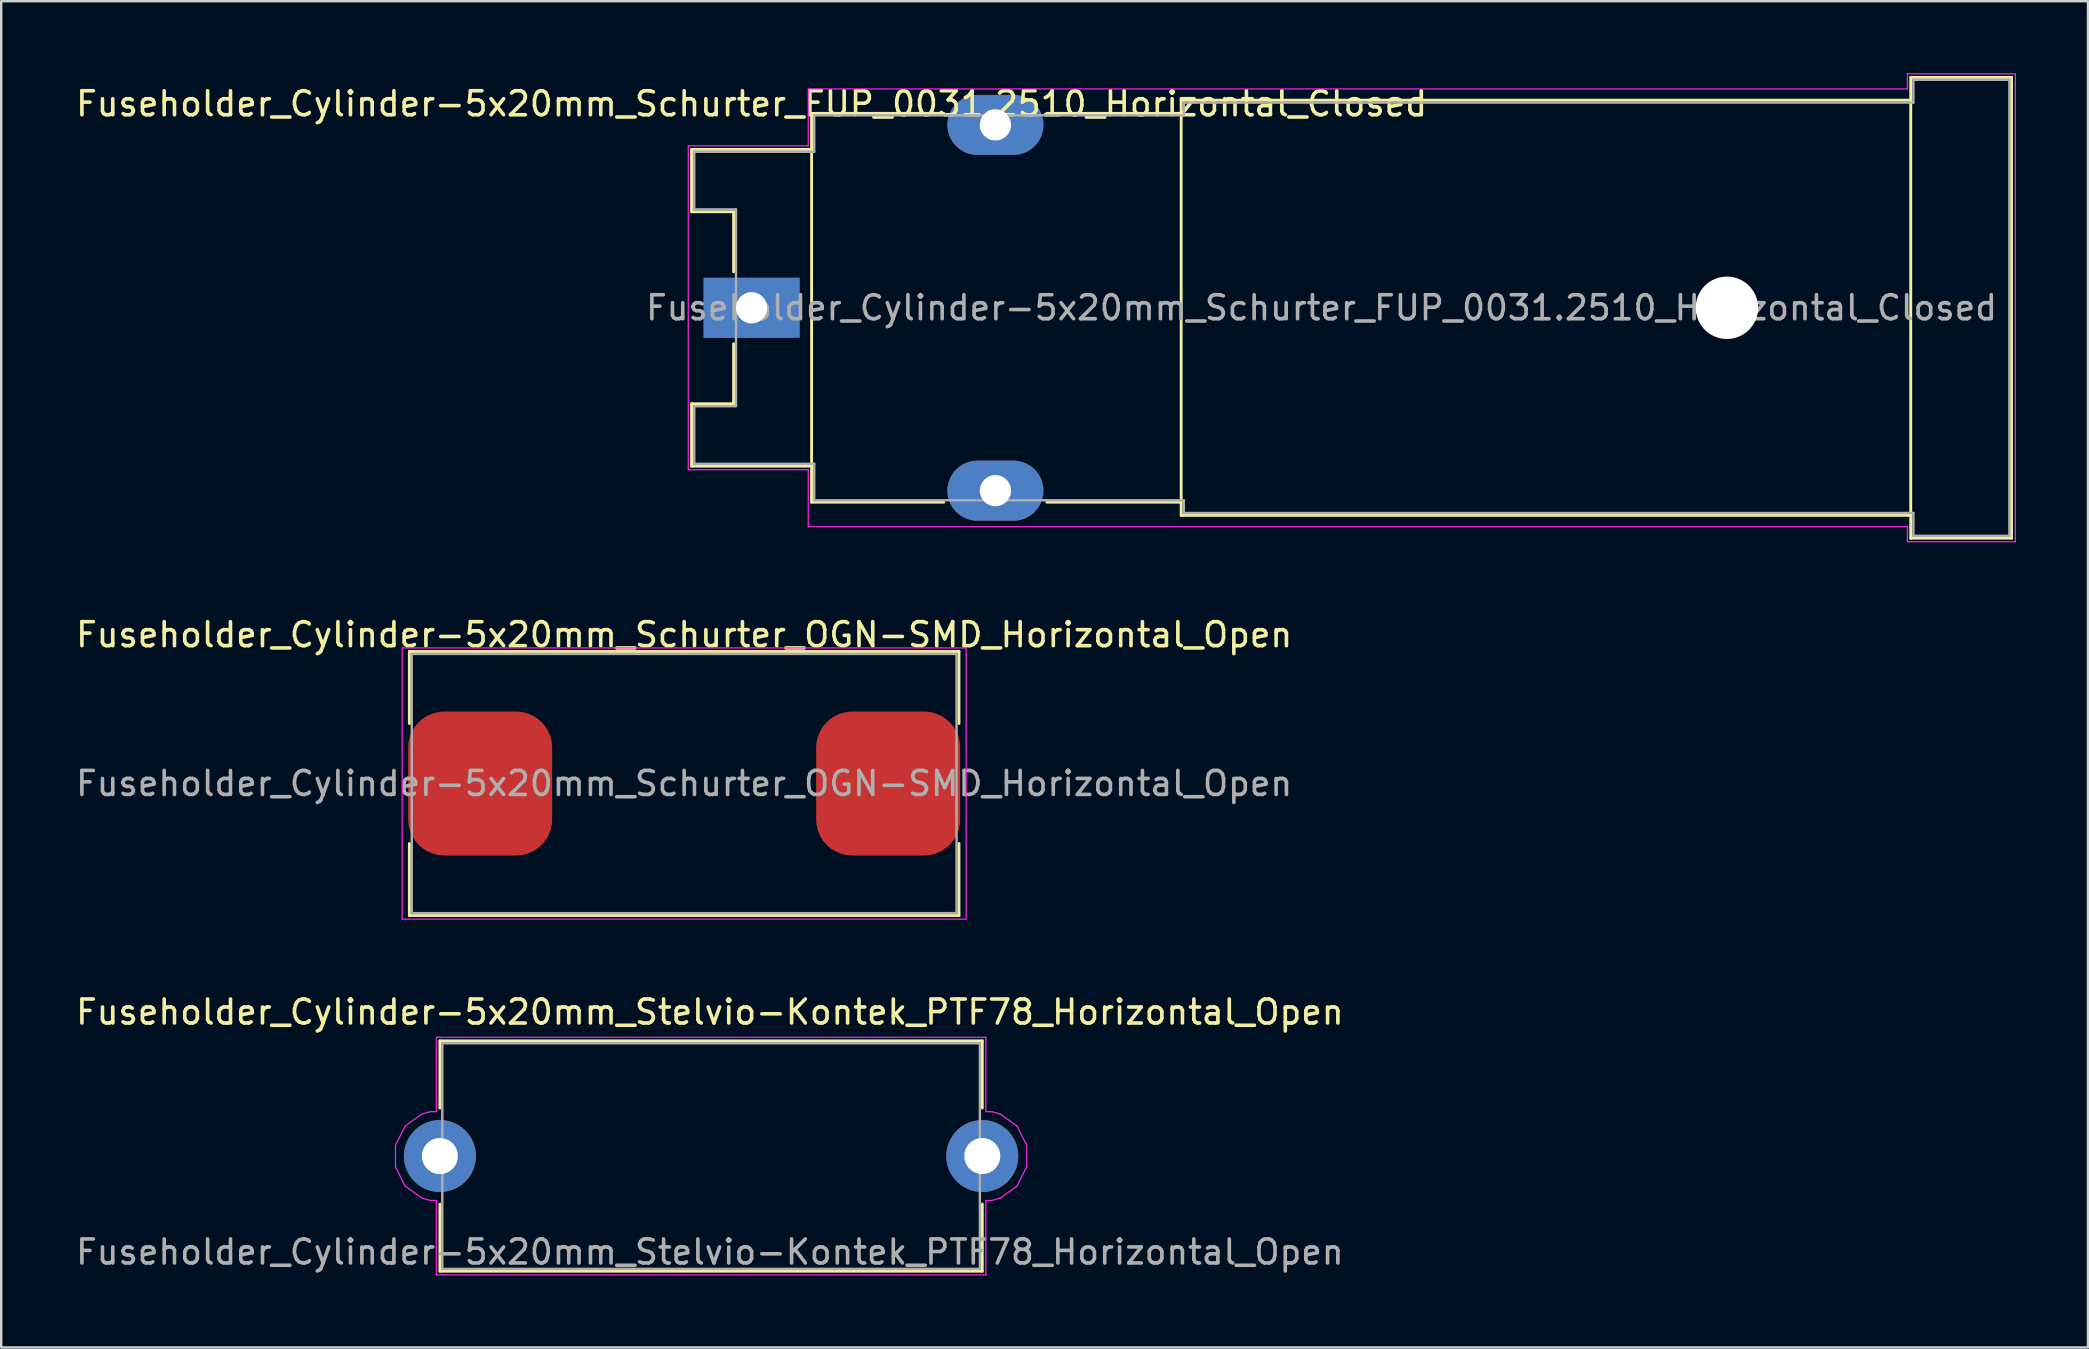
<source format=kicad_pcb>
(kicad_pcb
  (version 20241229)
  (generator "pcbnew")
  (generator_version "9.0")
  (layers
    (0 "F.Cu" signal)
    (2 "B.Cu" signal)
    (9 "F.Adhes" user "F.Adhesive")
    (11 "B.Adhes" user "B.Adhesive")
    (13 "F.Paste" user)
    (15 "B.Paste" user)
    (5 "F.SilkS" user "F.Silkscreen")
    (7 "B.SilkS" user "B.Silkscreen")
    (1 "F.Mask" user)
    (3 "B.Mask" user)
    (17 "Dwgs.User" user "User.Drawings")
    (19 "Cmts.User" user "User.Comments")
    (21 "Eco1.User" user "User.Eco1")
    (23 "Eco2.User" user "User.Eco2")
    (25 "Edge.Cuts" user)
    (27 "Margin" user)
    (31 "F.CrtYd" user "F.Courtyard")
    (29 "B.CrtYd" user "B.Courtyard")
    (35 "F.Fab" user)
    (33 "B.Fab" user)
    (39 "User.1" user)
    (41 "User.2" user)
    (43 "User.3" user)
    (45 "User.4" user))
  (footprint "Fuseholder_Cylinder-5x20mm_Schurter_FUP_0031.2510_Horizontal_Closed"
    (layer "F.Cu")
    (at 28.268 9.775)
    (property "Reference" "Fuseholder_Cylinder-5x20mm_Schurter_FUP_0031.2510_Horizontal_Closed" (at 0 -8.5 0) (layer "F.SilkS") (effects (font (size 1 1) (thickness 0.15))))
    (attr through_hole)
    (fp_line (start -2.5 -6.6) (end 2.5 -6.6) (stroke (width 0.12) (type solid)) (layer "F.SilkS"))
    (fp_line (start -2.5 -4) (end -2.5 -6.6) (stroke (width 0.12) (type solid)) (layer "F.SilkS"))
    (fp_line (start -2.5 4) (end -0.75 4) (stroke (width 0.12) (type solid)) (layer "F.SilkS"))
    (fp_line (start -2.5 6.6) (end -2.5 4) (stroke (width 0.12) (type solid)) (layer "F.SilkS"))
    (fp_line (start -2.5 6.6) (end 2.5 6.6) (stroke (width 0.12) (type solid)) (layer "F.SilkS"))
    (fp_line (start -0.75 -4) (end -2.5 -4) (stroke (width 0.12) (type solid)) (layer "F.SilkS"))
    (fp_line (start -0.75 -1.5) (end -0.75 -4) (stroke (width 0.12) (type solid)) (layer "F.SilkS"))
    (fp_line (start -0.75 4) (end -0.75 1.5) (stroke (width 0.12) (type solid)) (layer "F.SilkS"))
    (fp_line (start 2.5 -8.1) (end 8 -8.1) (stroke (width 0.12) (type solid)) (layer "F.SilkS"))
    (fp_line (start 2.5 8.1) (end 2.5 -8.1) (stroke (width 0.12) (type solid)) (layer "F.SilkS"))
    (fp_line (start 2.5 8.1) (end 8 8.1) (stroke (width 0.12) (type solid)) (layer "F.SilkS"))
    (fp_line (start 12.3 -8.1) (end 17.9 -8.1) (stroke (width 0.12) (type solid)) (layer "F.SilkS"))
    (fp_line (start 12.3 8.1) (end 17.9 8.1) (stroke (width 0.12) (type solid)) (layer "F.SilkS"))
    (fp_line (start 17.9 -8.65) (end 48.3 -8.65) (stroke (width 0.12) (type solid)) (layer "F.SilkS"))
    (fp_line (start 17.9 8.65) (end 17.9 -8.65) (stroke (width 0.12) (type solid)) (layer "F.SilkS"))
    (fp_line (start 17.9 8.65) (end 48.3 8.65) (stroke (width 0.12) (type solid)) (layer "F.SilkS"))
    (fp_line (start 48.3 -9.6) (end 52.5 -9.6) (stroke (width 0.12) (type solid)) (layer "F.SilkS"))
    (fp_line (start 48.3 9.6) (end 48.3 -9.6) (stroke (width 0.12) (type solid)) (layer "F.SilkS"))
    (fp_line (start 48.3 9.6) (end 52.5 9.6) (stroke (width 0.12) (type solid)) (layer "F.SilkS"))
    (fp_line (start 52.5 -9.6) (end 52.5 9.6) (stroke (width 0.12) (type solid)) (layer "F.SilkS"))
    (fp_line (start -2.64 -6.75) (end 2.36 -6.75) (stroke (width 0.05) (type solid)) (layer "F.CrtYd"))
    (fp_line (start -2.64 6.75) (end -2.64 -6.75) (stroke (width 0.05) (type solid)) (layer "F.CrtYd"))
    (fp_line (start -2.64 6.75) (end 2.36 6.75) (stroke (width 0.05) (type solid)) (layer "F.CrtYd"))
    (fp_line (start 2.36 -9.12) (end 2.36 -6.75) (stroke (width 0.05) (type solid)) (layer "F.CrtYd"))
    (fp_line (start 2.36 -9.12) (end 48.16 -9.12) (stroke (width 0.05) (type solid)) (layer "F.CrtYd"))
    (fp_line (start 2.36 6.75) (end 2.36 9.12) (stroke (width 0.05) (type solid)) (layer "F.CrtYd"))
    (fp_line (start 48.16 -9.75) (end 48.16 -9.12) (stroke (width 0.05) (type solid)) (layer "F.CrtYd"))
    (fp_line (start 48.16 -9.75) (end 52.66 -9.75) (stroke (width 0.05) (type solid)) (layer "F.CrtYd"))
    (fp_line (start 48.16 9.12) (end 2.36 9.12) (stroke (width 0.05) (type solid)) (layer "F.CrtYd"))
    (fp_line (start 48.16 9.12) (end 48.16 9.75) (stroke (width 0.05) (type solid)) (layer "F.CrtYd"))
    (fp_line (start 48.16 9.75) (end 52.66 9.75) (stroke (width 0.05) (type solid)) (layer "F.CrtYd"))
    (fp_line (start 52.66 -9.75) (end 52.66 9.75) (stroke (width 0.05) (type solid)) (layer "F.CrtYd"))
    (fp_line (start -2.39 -4.1) (end -2.39 -6.5) (stroke (width 0.1) (type solid)) (layer "F.Fab"))
    (fp_line (start -2.39 -4.1) (end -0.65 -4.1) (stroke (width 0.1) (type solid)) (layer "F.Fab"))
    (fp_line (start -2.39 4.1) (end -2.39 6.5) (stroke (width 0.1) (type solid)) (layer "F.Fab"))
    (fp_line (start -2.39 6.5) (end 2.61 6.5) (stroke (width 0.1) (type solid)) (layer "F.Fab"))
    (fp_line (start -0.65 -4.1) (end -0.65 4.1) (stroke (width 0.1) (type solid)) (layer "F.Fab"))
    (fp_line (start -0.65 4.1) (end -2.39 4.1) (stroke (width 0.1) (type solid)) (layer "F.Fab"))
    (fp_line (start 2.61 -8.02) (end 2.61 -6.5) (stroke (width 0.1) (type solid)) (layer "F.Fab"))
    (fp_line (start 2.61 -6.5) (end -2.39 -6.5) (stroke (width 0.1) (type solid)) (layer "F.Fab"))
    (fp_line (start 2.61 6.5) (end 2.61 8.02) (stroke (width 0.1) (type solid)) (layer "F.Fab"))
    (fp_line (start 2.61 8.02) (end 18.01 8.02) (stroke (width 0.1) (type solid)) (layer "F.Fab"))
    (fp_line (start 18.01 -8.55) (end 18.01 -8.02) (stroke (width 0.1) (type solid)) (layer "F.Fab"))
    (fp_line (start 18.01 -8.02) (end 2.61 -8.02) (stroke (width 0.1) (type solid)) (layer "F.Fab"))
    (fp_line (start 18.01 8.02) (end 18.01 8.55) (stroke (width 0.1) (type solid)) (layer "F.Fab"))
    (fp_line (start 18.01 8.55) (end 48.41 8.55) (stroke (width 0.1) (type solid)) (layer "F.Fab"))
    (fp_line (start 48.41 -9.5) (end 48.41 -8.55) (stroke (width 0.1) (type solid)) (layer "F.Fab"))
    (fp_line (start 48.41 -8.55) (end 18.01 -8.55) (stroke (width 0.1) (type solid)) (layer "F.Fab"))
    (fp_line (start 48.41 8.55) (end 48.41 9.5) (stroke (width 0.1) (type solid)) (layer "F.Fab"))
    (fp_line (start 48.41 9.5) (end 52.41 9.5) (stroke (width 0.1) (type solid)) (layer "F.Fab"))
    (fp_line (start 52.41 -9.5) (end 48.41 -9.5) (stroke (width 0.1) (type solid)) (layer "F.Fab"))
    (fp_line (start 52.41 -9.5) (end 52.41 9.5) (stroke (width 0.1) (type solid)) (layer "F.Fab"))
    (fp_text user "${REFERENCE}" (at 23.75 0 0) (layer "F.Fab") (effects (font (size 1 1) (thickness 0.15))))
    (pad "" np_thru_hole circle (at 40.64 0) (size 2.6 2.6) (drill 2.6) (layers "*.Cu" "*.Mask"))
    (pad "1" thru_hole rect (at 0 0) (size 4 2.5) (drill 1.3) (layers "*.Cu" "*.Mask"))
    (pad "2" thru_hole oval (at 10.16 -7.62) (size 4 2.5) (drill 1.3) (layers "*.Cu" "*.Mask"))
    (pad "2" thru_hole oval (at 10.16 7.62) (size 4 2.5) (drill 1.3) (layers "*.Cu" "*.Mask")))
  (footprint "Fuseholder_Cylinder-5x20mm_Schurter_OGN-SMD_Horizontal_Open"
    (layer "F.Cu")
    (at 25.458 29.598)
    (property "Reference" "Fuseholder_Cylinder-5x20mm_Schurter_OGN-SMD_Horizontal_Open" (at 0 -6.2 0) (layer "F.SilkS") (effects (font (size 1 1) (thickness 0.15))))
    (attr smd)
    (fp_line (start -11.45 -5.5) (end -11.45 -2.5) (stroke (width 0.12) (type solid)) (layer "F.SilkS"))
    (fp_line (start -11.45 -5.5) (end 11.45 -5.5) (stroke (width 0.12) (type solid)) (layer "F.SilkS"))
    (fp_line (start -11.45 5.5) (end -11.45 2.5) (stroke (width 0.12) (type solid)) (layer "F.SilkS"))
    (fp_line (start -11.45 5.5) (end 11.45 5.5) (stroke (width 0.12) (type solid)) (layer "F.SilkS"))
    (fp_line (start 11.45 -5.5) (end 11.45 -2.5) (stroke (width 0.12) (type solid)) (layer "F.SilkS"))
    (fp_line (start 11.45 5.5) (end 11.45 2.5) (stroke (width 0.12) (type solid)) (layer "F.SilkS"))
    (fp_line (start -11.75 -5.65) (end 11.75 -5.65) (stroke (width 0.05) (type solid)) (layer "F.CrtYd"))
    (fp_line (start -11.75 5.65) (end -11.75 -5.65) (stroke (width 0.05) (type solid)) (layer "F.CrtYd"))
    (fp_line (start 11.75 5.65) (end -11.75 5.65) (stroke (width 0.05) (type solid)) (layer "F.CrtYd"))
    (fp_line (start 11.75 5.65) (end 11.75 -5.65) (stroke (width 0.05) (type solid)) (layer "F.CrtYd"))
    (fp_line (start -11.35 -5.4) (end -11.35 5.4) (stroke (width 0.1) (type solid)) (layer "F.Fab"))
    (fp_line (start -11.35 -5.4) (end 11.35 -5.4) (stroke (width 0.1) (type solid)) (layer "F.Fab"))
    (fp_line (start 11.35 -5.4) (end 11.35 5.4) (stroke (width 0.1) (type solid)) (layer "F.Fab"))
    (fp_line (start 11.35 5.4) (end -11.35 5.4) (stroke (width 0.1) (type solid)) (layer "F.Fab"))
    (fp_text user "${REFERENCE}" (at 0 0 0) (layer "F.Fab") (effects (font (size 1 1) (thickness 0.15))))
    (pad "1" smd roundrect (at -8.5 0) (size 6 6) (layers "F.Cu" "F.Mask" "F.Paste") (roundrect_rratio 0.25))
    (pad "2" smd roundrect (at 8.5 0) (size 6 6) (layers "F.Cu" "F.Mask" "F.Paste") (roundrect_rratio 0.25)))
  (footprint "Fuseholder_Cylinder-5x20mm_Stelvio-Kontek_PTF78_Horizontal_Open"
    (layer "F.Cu")
    (at 15.28 45.121)
    (property "Reference" "Fuseholder_Cylinder-5x20mm_Stelvio-Kontek_PTF78_Horizontal_Open" (at 11.25 -6 0) (layer "F.SilkS") (effects (font (size 1 1) (thickness 0.15))))
    (attr through_hole)
    (fp_line (start 0 -4.8) (end 22.6 -4.8) (stroke (width 0.12) (type solid)) (layer "F.SilkS"))
    (fp_line (start 0 -2) (end 0 -4.8) (stroke (width 0.12) (type solid)) (layer "F.SilkS"))
    (fp_line (start 0 4.8) (end 0 2) (stroke (width 0.12) (type solid)) (layer "F.SilkS"))
    (fp_line (start 0 4.8) (end 22.6 4.8) (stroke (width 0.12) (type solid)) (layer "F.SilkS"))
    (fp_line (start 22.6 -2) (end 22.6 -4.8) (stroke (width 0.12) (type solid)) (layer "F.SilkS"))
    (fp_line (start 22.6 4.8) (end 22.6 2) (stroke (width 0.12) (type solid)) (layer "F.SilkS"))
    (fp_line (start -1.85 -0.45) (end -1.85 0.45) (stroke (width 0.05) (type solid)) (layer "F.CrtYd"))
    (fp_line (start -1.85 -0.45) (end -1.45 -1.25) (stroke (width 0.05) (type solid)) (layer "F.CrtYd"))
    (fp_line (start -1.45 1.25) (end -1.85 0.45) (stroke (width 0.05) (type solid)) (layer "F.CrtYd"))
    (fp_line (start -1.45 1.25) (end -0.75 1.75) (stroke (width 0.05) (type solid)) (layer "F.CrtYd"))
    (fp_line (start -0.75 -1.75) (end -1.45 -1.25) (stroke (width 0.05) (type solid)) (layer "F.CrtYd"))
    (fp_line (start -0.75 1.75) (end -0.4 1.85) (stroke (width 0.05) (type solid)) (layer "F.CrtYd"))
    (fp_line (start -0.4 -1.85) (end -0.75 -1.75) (stroke (width 0.05) (type solid)) (layer "F.CrtYd"))
    (fp_line (start -0.4 1.85) (end -0.15 1.85) (stroke (width 0.05) (type solid)) (layer "F.CrtYd"))
    (fp_line (start -0.15 -4.95) (end 22.75 -4.95) (stroke (width 0.05) (type solid)) (layer "F.CrtYd"))
    (fp_line (start -0.15 -1.85) (end -0.4 -1.85) (stroke (width 0.05) (type solid)) (layer "F.CrtYd"))
    (fp_line (start -0.15 -1.85) (end -0.15 -4.95) (stroke (width 0.05) (type solid)) (layer "F.CrtYd"))
    (fp_line (start -0.15 4.95) (end -0.15 1.85) (stroke (width 0.05) (type solid)) (layer "F.CrtYd"))
    (fp_line (start 22.75 -1.85) (end 22.75 -4.95) (stroke (width 0.05) (type solid)) (layer "F.CrtYd"))
    (fp_line (start 22.75 -1.85) (end 23 -1.85) (stroke (width 0.05) (type solid)) (layer "F.CrtYd"))
    (fp_line (start 22.75 1.85) (end 22.75 4.95) (stroke (width 0.05) (type solid)) (layer "F.CrtYd"))
    (fp_line (start 22.75 1.85) (end 23 1.85) (stroke (width 0.05) (type solid)) (layer "F.CrtYd"))
    (fp_line (start 22.75 4.95) (end -0.15 4.95) (stroke (width 0.05) (type solid)) (layer "F.CrtYd"))
    (fp_line (start 23 1.85) (end 23.35 1.75) (stroke (width 0.05) (type solid)) (layer "F.CrtYd"))
    (fp_line (start 23.35 -1.75) (end 23 -1.85) (stroke (width 0.05) (type solid)) (layer "F.CrtYd"))
    (fp_line (start 23.35 1.75) (end 24.05 1.25) (stroke (width 0.05) (type solid)) (layer "F.CrtYd"))
    (fp_line (start 24.05 -1.25) (end 23.35 -1.75) (stroke (width 0.05) (type solid)) (layer "F.CrtYd"))
    (fp_line (start 24.05 1.25) (end 24.45 0.45) (stroke (width 0.05) (type solid)) (layer "F.CrtYd"))
    (fp_line (start 24.45 -0.45) (end 24.05 -1.25) (stroke (width 0.05) (type solid)) (layer "F.CrtYd"))
    (fp_line (start 24.45 0.45) (end 24.45 -0.45) (stroke (width 0.05) (type solid)) (layer "F.CrtYd"))
    (fp_line (start 0.1 -4.7) (end 0.1 4.7) (stroke (width 0.1) (type solid)) (layer "F.Fab"))
    (fp_line (start 0.1 4.7) (end 22.5 4.7) (stroke (width 0.1) (type solid)) (layer "F.Fab"))
    (fp_line (start 22.5 -4.7) (end 0.1 -4.7) (stroke (width 0.1) (type solid)) (layer "F.Fab"))
    (fp_line (start 22.5 4.7) (end 22.5 -4.7) (stroke (width 0.1) (type solid)) (layer "F.Fab"))
    (fp_text user "${REFERENCE}" (at 11.25 4 0) (layer "F.Fab") (effects (font (size 1 1) (thickness 0.15))))
    (pad "1" thru_hole circle (at 0 0) (size 3 3) (drill 1.5) (layers "*.Cu" "*.Mask"))
    (pad "2" thru_hole circle (at 22.6 0) (size 3 3) (drill 1.5) (layers "*.Cu" "*.Mask")))
  (gr_rect
    (start -3 -3)
    (end 83.953 53.096)
    (stroke (width 0.1) (type default))
    (fill no)
    (layer "Edge.Cuts")))
</source>
